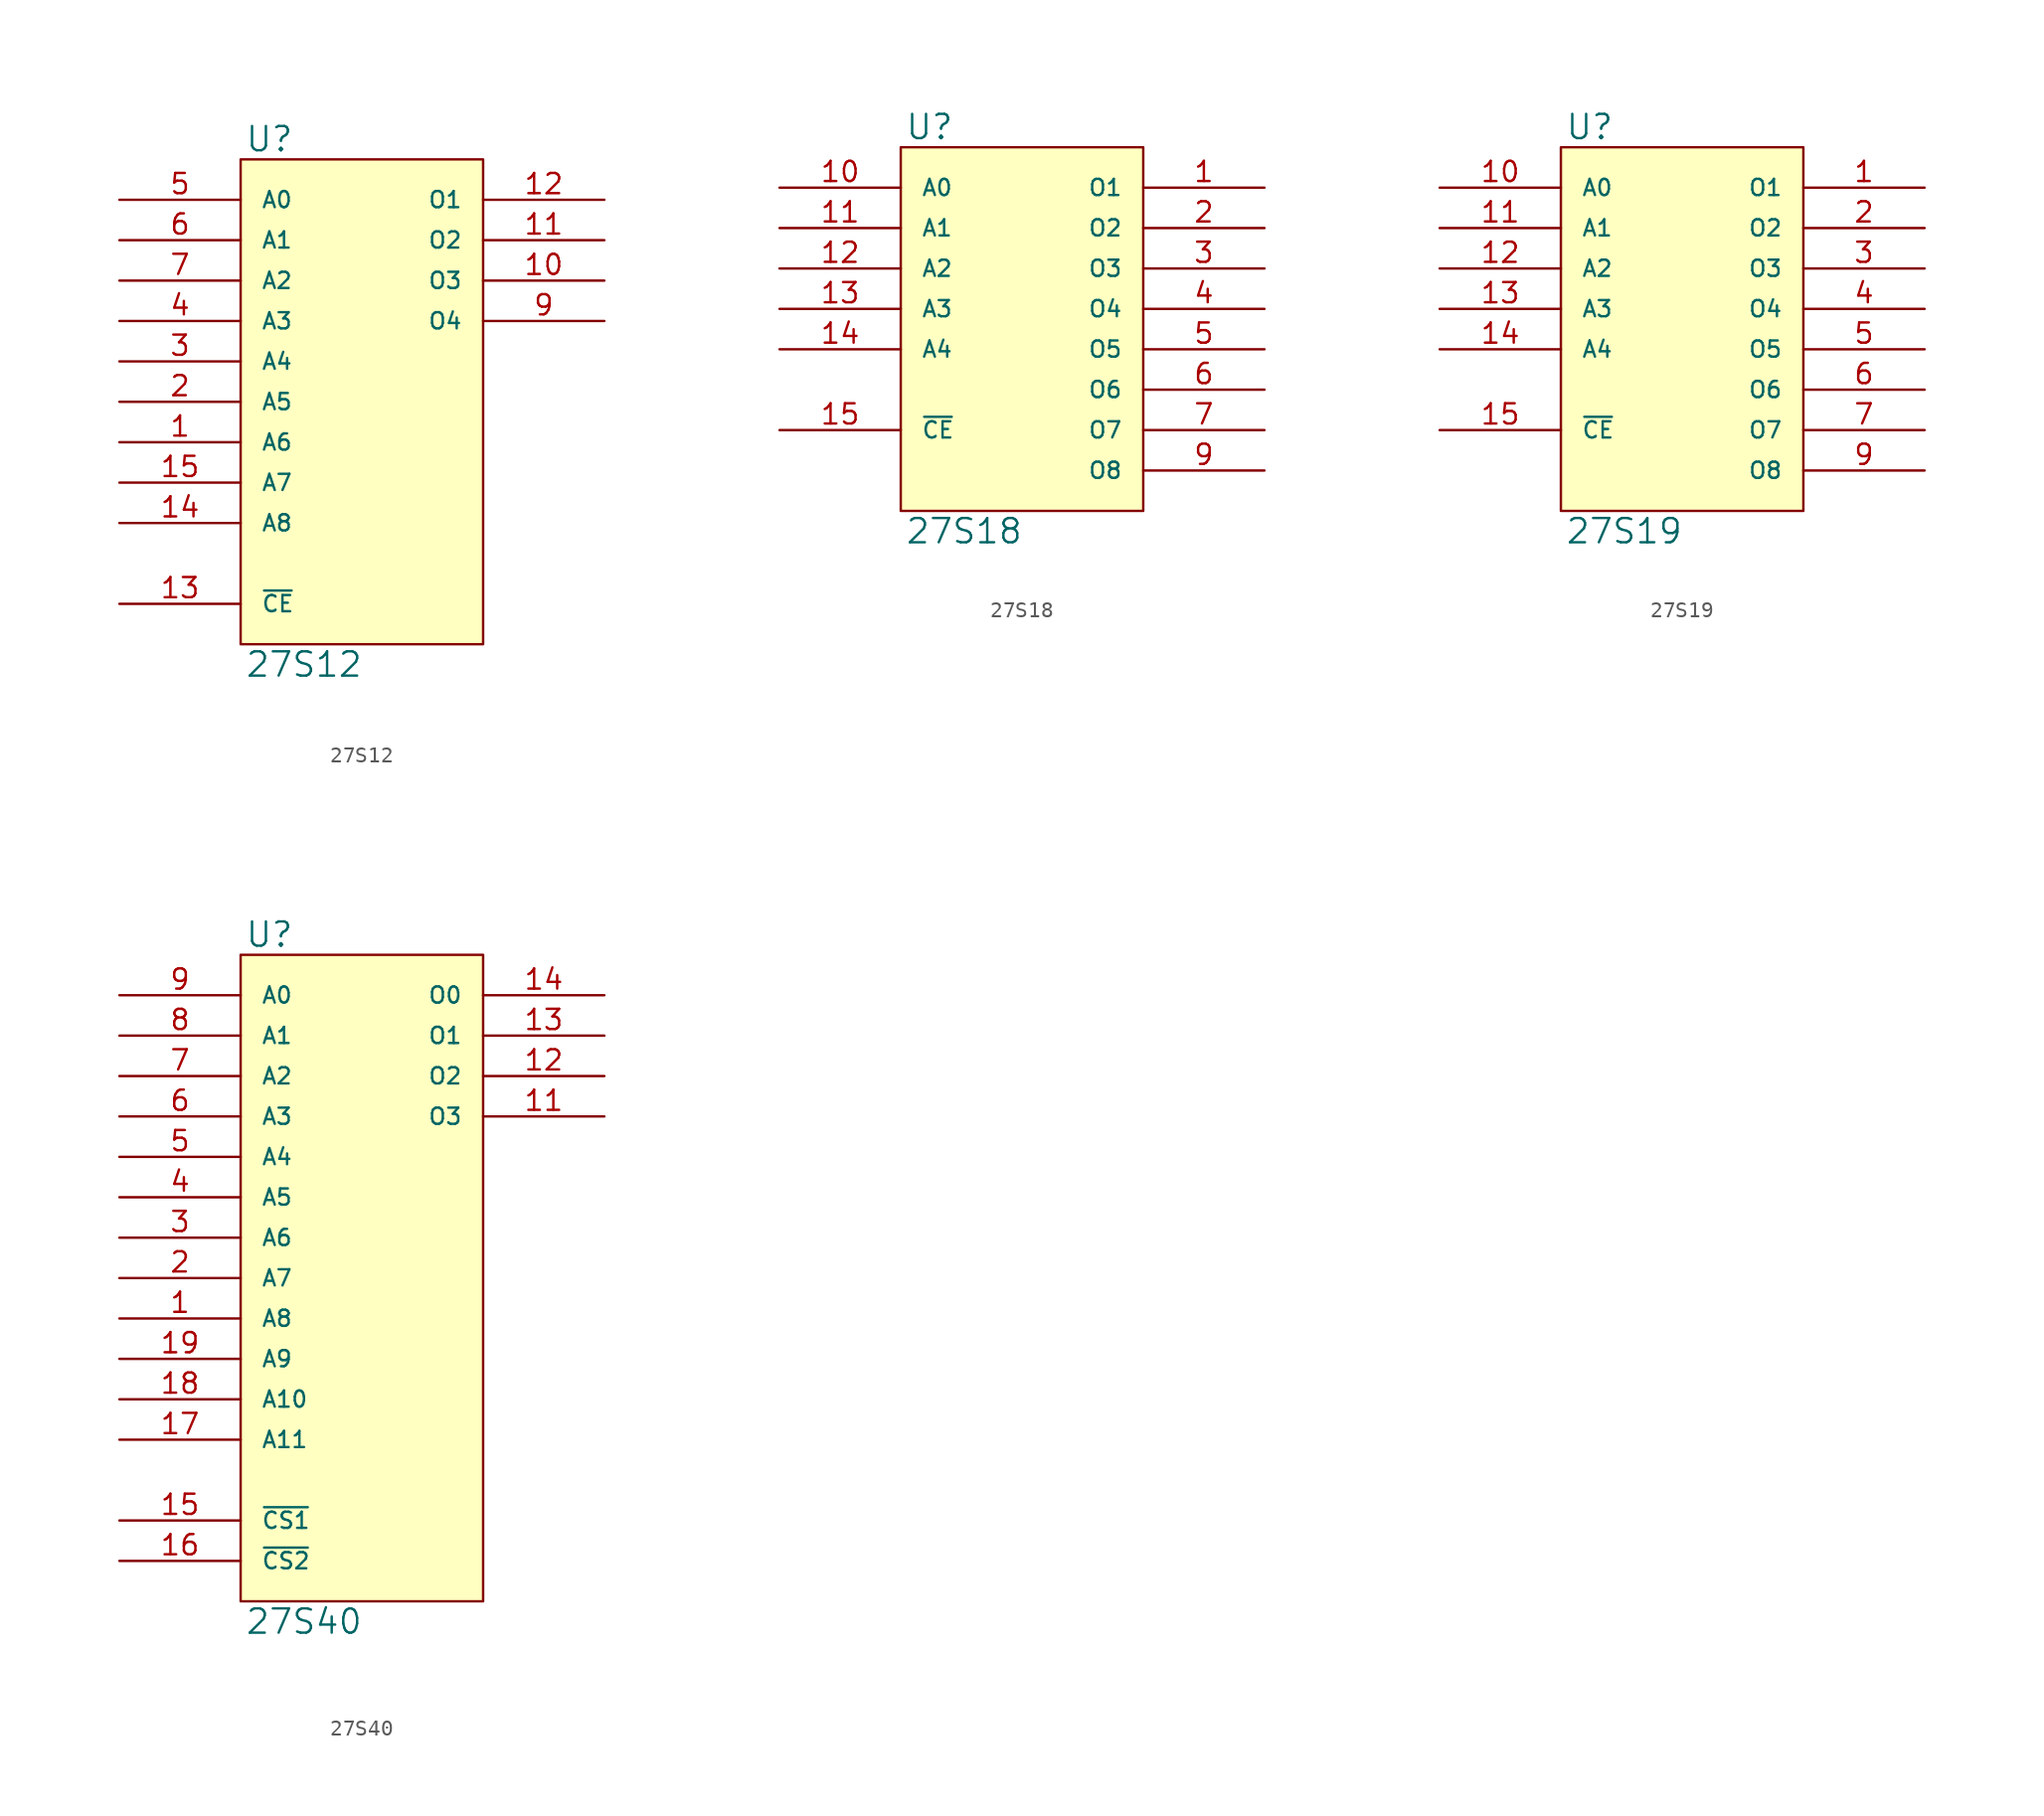
<source format=kicad_sym>
(kicad_symbol_lib
  (version 20231120)
  (generator "kicad_symbol_editor")
  (generator_version "8.0")
  (symbol "27S12"
    (pin_names
      (offset 1.27))
    (property "Reference" "U"
      (at 0.254 0.381 0)
      (effects (font (size 1.524 1.524)) (justify left bottom)))
    (property "Value" "27S12"
      (at 0.254 -30.861 0)
      (effects (font (size 1.524 1.524)) (justify left top)))
    (symbol "27S12_0_1"
      (rectangle (start 0 0) (end 15.24 -30.48) (stroke (width 0) (type solid)) (fill (type background))))
    (symbol "27S12_1_1"
      (pin input line (at -7.62 -17.78 0) (length 7.62) (name "A6" (effects (font (size 1.016 1.016)))) (number "1" (effects (font (size 1.27 1.27)))))
      (pin tri_state line (at 22.86 -7.62 180) (length 7.62) (name "O3" (effects (font (size 1.016 1.016)))) (number "10" (effects (font (size 1.27 1.27)))))
      (pin tri_state line (at 22.86 -5.08 180) (length 7.62) (name "O2" (effects (font (size 1.016 1.016)))) (number "11" (effects (font (size 1.27 1.27)))))
      (pin tri_state line (at 22.86 -2.54 180) (length 7.62) (name "O1" (effects (font (size 1.016 1.016)))) (number "12" (effects (font (size 1.27 1.27)))))
      (pin input line (at -7.62 -27.94 0) (length 7.62) (name "~{CE}" (effects (font (size 1.016 1.016)))) (number "13" (effects (font (size 1.27 1.27)))))
      (pin input line (at -7.62 -22.86 0) (length 7.62) (name "A8" (effects (font (size 1.016 1.016)))) (number "14" (effects (font (size 1.27 1.27)))))
      (pin input line (at -7.62 -20.32 0) (length 7.62) (name "A7" (effects (font (size 1.016 1.016)))) (number "15" (effects (font (size 1.27 1.27)))))
      (pin power_in line (at 0 0 270) (length 0) hide (name "VCC" (effects (font (size 1.016 1.016)))) (number "16" (effects (font (size 1.27 1.27)))))
      (pin input line (at -7.62 -15.24 0) (length 7.62) (name "A5" (effects (font (size 1.016 1.016)))) (number "2" (effects (font (size 1.27 1.27)))))
      (pin input line (at -7.62 -12.7 0) (length 7.62) (name "A4" (effects (font (size 1.016 1.016)))) (number "3" (effects (font (size 1.27 1.27)))))
      (pin input line (at -7.62 -10.16 0) (length 7.62) (name "A3" (effects (font (size 1.016 1.016)))) (number "4" (effects (font (size 1.27 1.27)))))
      (pin input line (at -7.62 -2.54 0) (length 7.62) (name "A0" (effects (font (size 1.016 1.016)))) (number "5" (effects (font (size 1.27 1.27)))))
      (pin input line (at -7.62 -5.08 0) (length 7.62) (name "A1" (effects (font (size 1.016 1.016)))) (number "6" (effects (font (size 1.27 1.27)))))
      (pin input line (at -7.62 -7.62 0) (length 7.62) (name "A2" (effects (font (size 1.016 1.016)))) (number "7" (effects (font (size 1.27 1.27)))))
      (pin power_in line (at 0 -30.48 90) (length 0) hide (name "GND" (effects (font (size 1.016 1.016)))) (number "8" (effects (font (size 1.27 1.27)))))
      (pin tri_state line (at 22.86 -10.16 180) (length 7.62) (name "O4" (effects (font (size 1.016 1.016)))) (number "9" (effects (font (size 1.27 1.27)))))))
  (symbol "27S18"
    (pin_names
      (offset 1.27))
    (property "Reference" "U"
      (at 0.254 0.381 0)
      (effects (font (size 1.524 1.524)) (justify left bottom)))
    (property "Value" "27S18"
      (at 0.254 -23.241 0)
      (effects (font (size 1.524 1.524)) (justify left top)))
    (symbol "27S18_0_1"
      (rectangle (start 0 0) (end 15.24 -22.86) (stroke (width 0) (type solid)) (fill (type background))))
    (symbol "27S18_1_1"
      (pin open_collector line (at 22.86 -2.54 180) (length 7.62) (name "O1" (effects (font (size 1.016 1.016)))) (number "1" (effects (font (size 1.27 1.27)))))
      (pin input line (at -7.62 -2.54 0) (length 7.62) (name "A0" (effects (font (size 1.016 1.016)))) (number "10" (effects (font (size 1.27 1.27)))))
      (pin input line (at -7.62 -5.08 0) (length 7.62) (name "A1" (effects (font (size 1.016 1.016)))) (number "11" (effects (font (size 1.27 1.27)))))
      (pin input line (at -7.62 -7.62 0) (length 7.62) (name "A2" (effects (font (size 1.016 1.016)))) (number "12" (effects (font (size 1.27 1.27)))))
      (pin input line (at -7.62 -10.16 0) (length 7.62) (name "A3" (effects (font (size 1.016 1.016)))) (number "13" (effects (font (size 1.27 1.27)))))
      (pin input line (at -7.62 -12.7 0) (length 7.62) (name "A4" (effects (font (size 1.016 1.016)))) (number "14" (effects (font (size 1.27 1.27)))))
      (pin input line (at -7.62 -17.78 0) (length 7.62) (name "~{CE}" (effects (font (size 1.016 1.016)))) (number "15" (effects (font (size 1.27 1.27)))))
      (pin power_in line (at 0 0 270) (length 0) hide (name "VCC" (effects (font (size 1.016 1.016)))) (number "16" (effects (font (size 1.27 1.27)))))
      (pin open_collector line (at 22.86 -5.08 180) (length 7.62) (name "O2" (effects (font (size 1.016 1.016)))) (number "2" (effects (font (size 1.27 1.27)))))
      (pin open_collector line (at 22.86 -7.62 180) (length 7.62) (name "O3" (effects (font (size 1.016 1.016)))) (number "3" (effects (font (size 1.27 1.27)))))
      (pin open_collector line (at 22.86 -10.16 180) (length 7.62) (name "O4" (effects (font (size 1.016 1.016)))) (number "4" (effects (font (size 1.27 1.27)))))
      (pin open_collector line (at 22.86 -12.7 180) (length 7.62) (name "O5" (effects (font (size 1.016 1.016)))) (number "5" (effects (font (size 1.27 1.27)))))
      (pin open_collector line (at 22.86 -15.24 180) (length 7.62) (name "O6" (effects (font (size 1.016 1.016)))) (number "6" (effects (font (size 1.27 1.27)))))
      (pin open_collector line (at 22.86 -17.78 180) (length 7.62) (name "O7" (effects (font (size 1.016 1.016)))) (number "7" (effects (font (size 1.27 1.27)))))
      (pin power_in line (at 0 -22.86 90) (length 0) hide (name "GND" (effects (font (size 1.016 1.016)))) (number "8" (effects (font (size 1.27 1.27)))))
      (pin open_collector line (at 22.86 -20.32 180) (length 7.62) (name "O8" (effects (font (size 1.016 1.016)))) (number "9" (effects (font (size 1.27 1.27)))))))
  (symbol "27S19"
    (pin_names
      (offset 1.27))
    (property "Reference" "U"
      (at 0.254 0.381 0)
      (effects (font (size 1.524 1.524)) (justify left bottom)))
    (property "Value" "27S19"
      (at 0.254 -23.241 0)
      (effects (font (size 1.524 1.524)) (justify left top)))
    (symbol "27S19_0_1"
      (rectangle (start 0 0) (end 15.24 -22.86) (stroke (width 0) (type solid)) (fill (type background))))
    (symbol "27S19_1_1"
      (pin tri_state line (at 22.86 -2.54 180) (length 7.62) (name "O1" (effects (font (size 1.016 1.016)))) (number "1" (effects (font (size 1.27 1.27)))))
      (pin input line (at -7.62 -2.54 0) (length 7.62) (name "A0" (effects (font (size 1.016 1.016)))) (number "10" (effects (font (size 1.27 1.27)))))
      (pin input line (at -7.62 -5.08 0) (length 7.62) (name "A1" (effects (font (size 1.016 1.016)))) (number "11" (effects (font (size 1.27 1.27)))))
      (pin input line (at -7.62 -7.62 0) (length 7.62) (name "A2" (effects (font (size 1.016 1.016)))) (number "12" (effects (font (size 1.27 1.27)))))
      (pin input line (at -7.62 -10.16 0) (length 7.62) (name "A3" (effects (font (size 1.016 1.016)))) (number "13" (effects (font (size 1.27 1.27)))))
      (pin input line (at -7.62 -12.7 0) (length 7.62) (name "A4" (effects (font (size 1.016 1.016)))) (number "14" (effects (font (size 1.27 1.27)))))
      (pin input line (at -7.62 -17.78 0) (length 7.62) (name "~{CE}" (effects (font (size 1.016 1.016)))) (number "15" (effects (font (size 1.27 1.27)))))
      (pin power_in line (at 0 0 270) (length 0) hide (name "VCC" (effects (font (size 1.016 1.016)))) (number "16" (effects (font (size 1.27 1.27)))))
      (pin tri_state line (at 22.86 -5.08 180) (length 7.62) (name "O2" (effects (font (size 1.016 1.016)))) (number "2" (effects (font (size 1.27 1.27)))))
      (pin tri_state line (at 22.86 -7.62 180) (length 7.62) (name "O3" (effects (font (size 1.016 1.016)))) (number "3" (effects (font (size 1.27 1.27)))))
      (pin tri_state line (at 22.86 -10.16 180) (length 7.62) (name "O4" (effects (font (size 1.016 1.016)))) (number "4" (effects (font (size 1.27 1.27)))))
      (pin tri_state line (at 22.86 -12.7 180) (length 7.62) (name "O5" (effects (font (size 1.016 1.016)))) (number "5" (effects (font (size 1.27 1.27)))))
      (pin tri_state line (at 22.86 -15.24 180) (length 7.62) (name "O6" (effects (font (size 1.016 1.016)))) (number "6" (effects (font (size 1.27 1.27)))))
      (pin tri_state line (at 22.86 -17.78 180) (length 7.62) (name "O7" (effects (font (size 1.016 1.016)))) (number "7" (effects (font (size 1.27 1.27)))))
      (pin power_in line (at 0 -22.86 90) (length 0) hide (name "GND" (effects (font (size 1.016 1.016)))) (number "8" (effects (font (size 1.27 1.27)))))
      (pin tri_state line (at 22.86 -20.32 180) (length 7.62) (name "O8" (effects (font (size 1.016 1.016)))) (number "9" (effects (font (size 1.27 1.27)))))))
  (symbol "27S40"
    (pin_names
      (offset 1.27))
    (property "Reference" "U"
      (at 0.254 0.381 0)
      (effects (font (size 1.524 1.524)) (justify left bottom)))
    (property "Value" "27S40"
      (at 0.254 -41.021 0)
      (effects (font (size 1.524 1.524)) (justify left top)))
    (symbol "27S40_0_1"
      (rectangle (start 0 0) (end 15.24 -40.64) (stroke (width 0) (type solid)) (fill (type background))))
    (symbol "27S40_1_1"
      (pin input line (at -7.62 -22.86 0) (length 7.62) (name "A8" (effects (font (size 1.016 1.016)))) (number "1" (effects (font (size 1.27 1.27)))))
      (pin power_in line (at 0 -40.64 90) (length 0) hide (name "GND" (effects (font (size 1.016 1.016)))) (number "10" (effects (font (size 1.27 1.27)))))
      (pin open_collector line (at 22.86 -10.16 180) (length 7.62) (name "O3" (effects (font (size 1.016 1.016)))) (number "11" (effects (font (size 1.27 1.27)))))
      (pin open_collector line (at 22.86 -7.62 180) (length 7.62) (name "O2" (effects (font (size 1.016 1.016)))) (number "12" (effects (font (size 1.27 1.27)))))
      (pin open_collector line (at 22.86 -5.08 180) (length 7.62) (name "O1" (effects (font (size 1.016 1.016)))) (number "13" (effects (font (size 1.27 1.27)))))
      (pin open_collector line (at 22.86 -2.54 180) (length 7.62) (name "O0" (effects (font (size 1.016 1.016)))) (number "14" (effects (font (size 1.27 1.27)))))
      (pin input line (at -7.62 -35.56 0) (length 7.62) (name "~{CS1}" (effects (font (size 1.016 1.016)))) (number "15" (effects (font (size 1.27 1.27)))))
      (pin input line (at -7.62 -38.1 0) (length 7.62) (name "~{CS2}" (effects (font (size 1.016 1.016)))) (number "16" (effects (font (size 1.27 1.27)))))
      (pin input line (at -7.62 -30.48 0) (length 7.62) (name "A11" (effects (font (size 1.016 1.016)))) (number "17" (effects (font (size 1.27 1.27)))))
      (pin input line (at -7.62 -27.94 0) (length 7.62) (name "A10" (effects (font (size 1.016 1.016)))) (number "18" (effects (font (size 1.27 1.27)))))
      (pin input line (at -7.62 -25.4 0) (length 7.62) (name "A9" (effects (font (size 1.016 1.016)))) (number "19" (effects (font (size 1.27 1.27)))))
      (pin input line (at -7.62 -20.32 0) (length 7.62) (name "A7" (effects (font (size 1.016 1.016)))) (number "2" (effects (font (size 1.27 1.27)))))
      (pin power_in line (at 0 0 270) (length 0) hide (name "VCC" (effects (font (size 1.016 1.016)))) (number "20" (effects (font (size 1.27 1.27)))))
      (pin input line (at -7.62 -17.78 0) (length 7.62) (name "A6" (effects (font (size 1.016 1.016)))) (number "3" (effects (font (size 1.27 1.27)))))
      (pin input line (at -7.62 -15.24 0) (length 7.62) (name "A5" (effects (font (size 1.016 1.016)))) (number "4" (effects (font (size 1.27 1.27)))))
      (pin input line (at -7.62 -12.7 0) (length 7.62) (name "A4" (effects (font (size 1.016 1.016)))) (number "5" (effects (font (size 1.27 1.27)))))
      (pin input line (at -7.62 -10.16 0) (length 7.62) (name "A3" (effects (font (size 1.016 1.016)))) (number "6" (effects (font (size 1.27 1.27)))))
      (pin input line (at -7.62 -7.62 0) (length 7.62) (name "A2" (effects (font (size 1.016 1.016)))) (number "7" (effects (font (size 1.27 1.27)))))
      (pin input line (at -7.62 -5.08 0) (length 7.62) (name "A1" (effects (font (size 1.016 1.016)))) (number "8" (effects (font (size 1.27 1.27)))))
      (pin input line (at -7.62 -2.54 0) (length 7.62) (name "A0" (effects (font (size 1.016 1.016)))) (number "9" (effects (font (size 1.27 1.27))))))))
</source>
